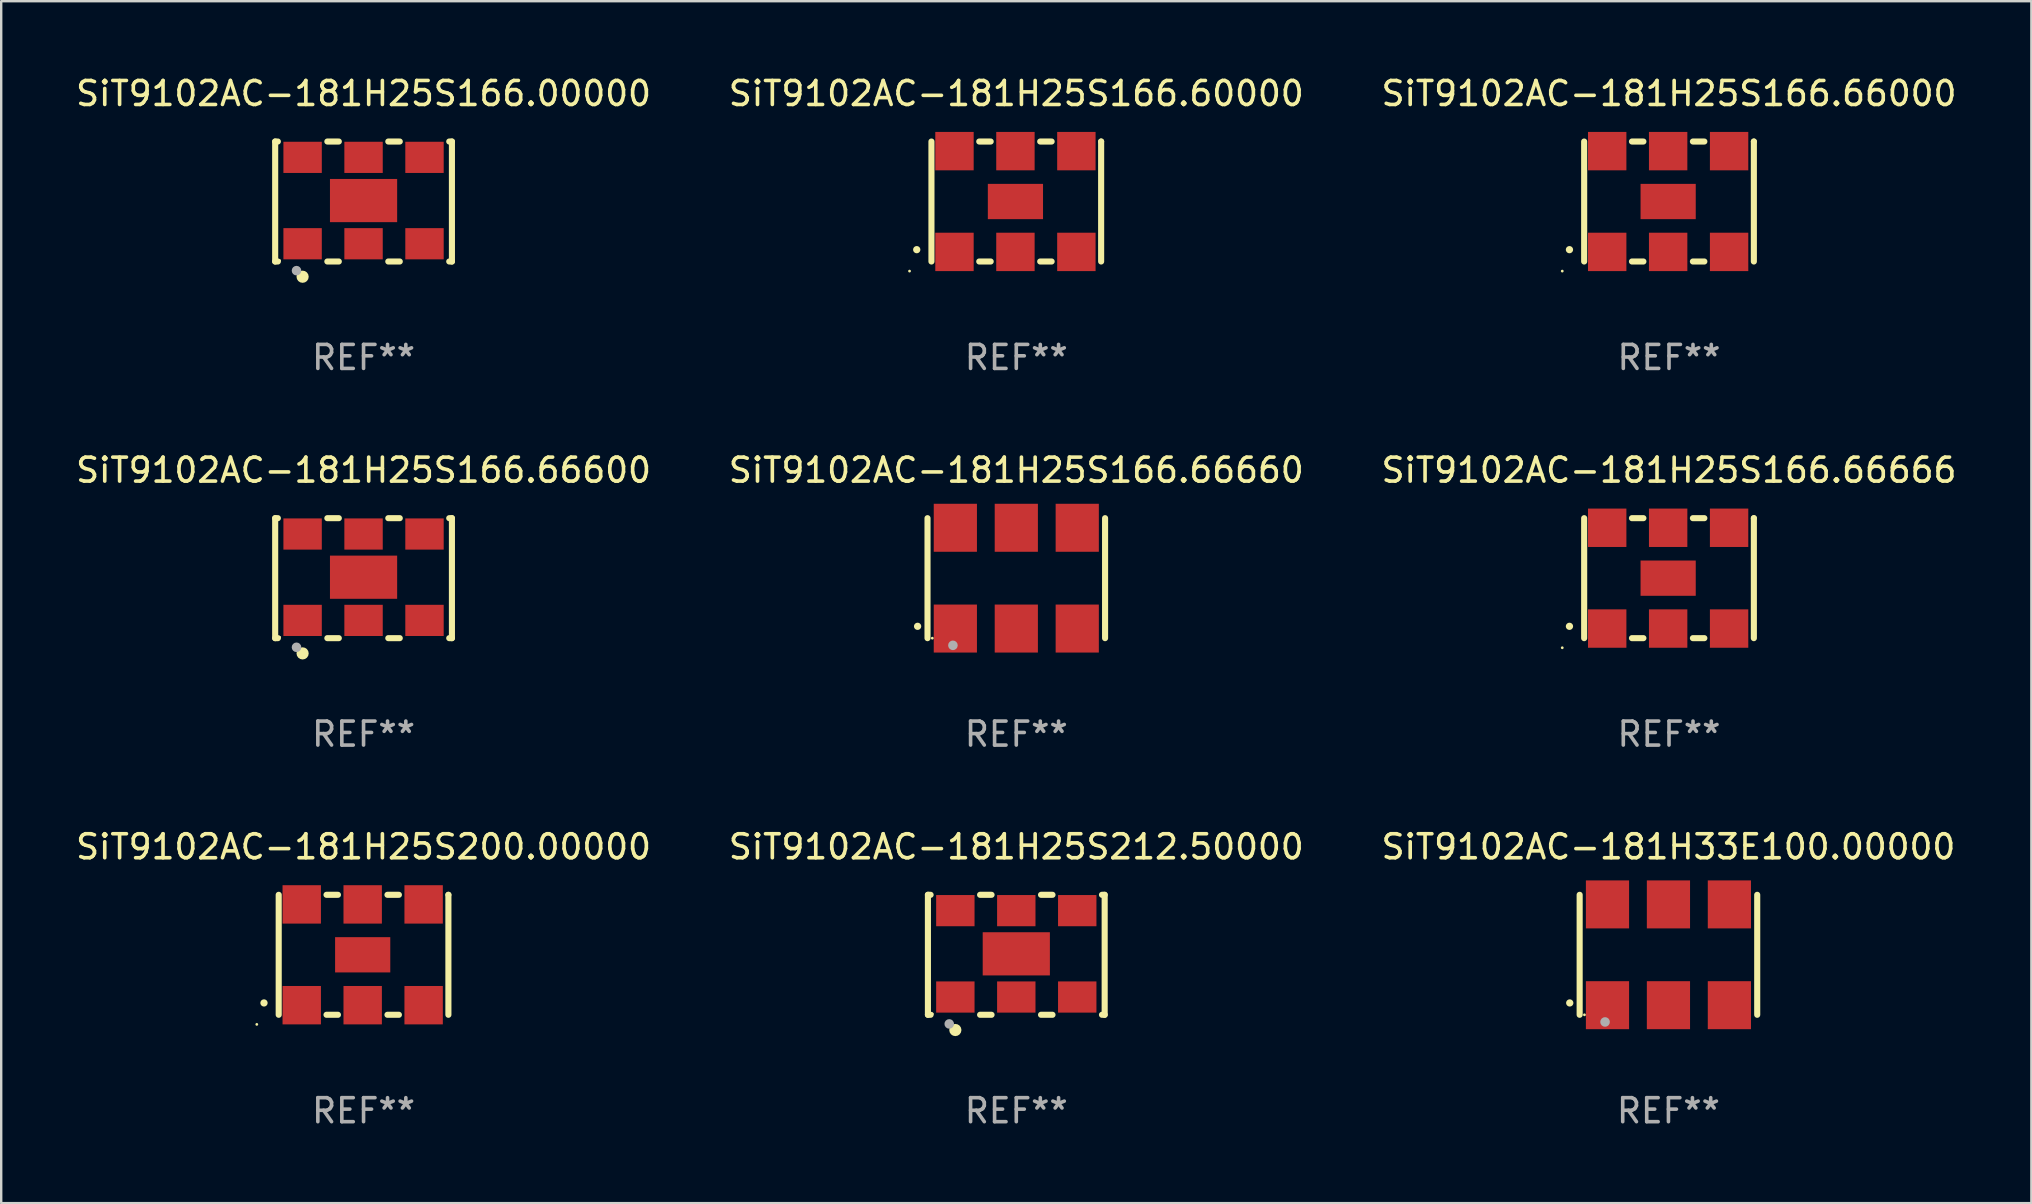
<source format=kicad_pcb>
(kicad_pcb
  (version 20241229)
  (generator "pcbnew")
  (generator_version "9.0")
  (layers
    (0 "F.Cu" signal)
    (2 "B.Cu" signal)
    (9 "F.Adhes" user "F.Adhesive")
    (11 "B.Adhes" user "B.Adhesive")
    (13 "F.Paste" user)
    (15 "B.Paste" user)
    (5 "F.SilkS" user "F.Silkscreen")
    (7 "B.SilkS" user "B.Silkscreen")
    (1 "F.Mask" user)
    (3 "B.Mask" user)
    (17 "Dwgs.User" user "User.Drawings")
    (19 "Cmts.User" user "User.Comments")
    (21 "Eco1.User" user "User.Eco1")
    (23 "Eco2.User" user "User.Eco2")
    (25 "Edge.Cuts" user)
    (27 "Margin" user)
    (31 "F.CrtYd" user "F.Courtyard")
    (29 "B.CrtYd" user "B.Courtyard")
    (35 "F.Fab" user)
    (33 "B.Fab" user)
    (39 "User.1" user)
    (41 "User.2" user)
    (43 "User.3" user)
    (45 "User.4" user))
  (footprint "SiT9102AC-181H25S166.00000"
    (layer "F.Cu")
    (at 12.101 5.348)
    (property "Reference" "SiT9102AC-181H25S166.00000" (at 0 -4.5 0) (layer "F.SilkS") (effects (font (size 1 1) (thickness 0.15))))
    (attr through_hole)
    (fp_line (start -3.683 -2.5) (end -3.571 -2.5) (stroke (width 0.254) (type solid)) (layer "F.SilkS"))
    (fp_line (start -3.683 2.5) (end -3.683 -2.5) (stroke (width 0.254) (type solid)) (layer "F.SilkS"))
    (fp_line (start -3.683 2.5) (end -3.571 2.5) (stroke (width 0.254) (type solid)) (layer "F.SilkS"))
    (fp_line (start -1.509 -2.5) (end -1.031 -2.5) (stroke (width 0.254) (type solid)) (layer "F.SilkS"))
    (fp_line (start -1.509 2.5) (end -1.031 2.5) (stroke (width 0.254) (type solid)) (layer "F.SilkS"))
    (fp_line (start 1.031 -2.5) (end 1.509 -2.5) (stroke (width 0.254) (type solid)) (layer "F.SilkS"))
    (fp_line (start 1.031 2.5) (end 1.509 2.5) (stroke (width 0.254) (type solid)) (layer "F.SilkS"))
    (fp_line (start 3.571 -2.5) (end 3.683 -2.5) (stroke (width 0.254) (type solid)) (layer "F.SilkS"))
    (fp_line (start 3.571 2.5) (end 3.683 2.5) (stroke (width 0.254) (type solid)) (layer "F.SilkS"))
    (fp_line (start 3.683 2.5) (end 3.683 -2.5) (stroke (width 0.254) (type solid)) (layer "F.SilkS"))
    (fp_circle (center -3.5 2.46) (end -3.47 2.46) (stroke (width 0.06) (type solid)) (fill no) (layer "F.SilkS"))
    (fp_circle (center -2.54 3.135) (end -2.413 3.135) (stroke (width 0.254) (type solid)) (fill no) (layer "F.SilkS"))
    (fp_circle (center -2.794 2.881) (end -2.694 2.881) (stroke (width 0.2) (type solid)) (fill no) (layer "F.Fab"))
    (fp_text user "REF**" (at 0 6.5 0) (layer "F.Fab") (effects (font (size 1 1) (thickness 0.15))))
    (pad "1" smd rect (at -2.54 1.76) (size 1.6 1.3) (layers "F.Cu" "F.Mask" "F.Paste"))
    (pad "2" smd rect (at 0 1.76) (size 1.6 1.3) (layers "F.Cu" "F.Mask" "F.Paste"))
    (pad "3" smd rect (at 2.54 1.76) (size 1.6 1.3) (layers "F.Cu" "F.Mask" "F.Paste"))
    (pad "4" smd rect (at 2.54 -1.84) (size 1.6 1.3) (layers "F.Cu" "F.Mask" "F.Paste"))
    (pad "5" smd rect (at 0 -1.84) (size 1.6 1.3) (layers "F.Cu" "F.Mask" "F.Paste"))
    (pad "6" smd rect (at -2.54 -1.84) (size 1.6 1.3) (layers "F.Cu" "F.Mask" "F.Paste"))
    (pad "7" smd rect (at 0 -0.04) (size 2.8 1.8) (layers "F.Cu" "F.Mask" "F.Paste")))
  (footprint "SiT9102AC-181H25S166.66600"
    (layer "F.Cu")
    (at 12.101 21.045)
    (property "Reference" "SiT9102AC-181H25S166.66600" (at 0 -4.5 0) (layer "F.SilkS") (effects (font (size 1 1) (thickness 0.15))))
    (attr through_hole)
    (fp_line (start -3.683 -2.5) (end -3.571 -2.5) (stroke (width 0.254) (type solid)) (layer "F.SilkS"))
    (fp_line (start -3.683 2.5) (end -3.683 -2.5) (stroke (width 0.254) (type solid)) (layer "F.SilkS"))
    (fp_line (start -3.683 2.5) (end -3.571 2.5) (stroke (width 0.254) (type solid)) (layer "F.SilkS"))
    (fp_line (start -1.509 -2.5) (end -1.031 -2.5) (stroke (width 0.254) (type solid)) (layer "F.SilkS"))
    (fp_line (start -1.509 2.5) (end -1.031 2.5) (stroke (width 0.254) (type solid)) (layer "F.SilkS"))
    (fp_line (start 1.031 -2.5) (end 1.509 -2.5) (stroke (width 0.254) (type solid)) (layer "F.SilkS"))
    (fp_line (start 1.031 2.5) (end 1.509 2.5) (stroke (width 0.254) (type solid)) (layer "F.SilkS"))
    (fp_line (start 3.571 -2.5) (end 3.683 -2.5) (stroke (width 0.254) (type solid)) (layer "F.SilkS"))
    (fp_line (start 3.571 2.5) (end 3.683 2.5) (stroke (width 0.254) (type solid)) (layer "F.SilkS"))
    (fp_line (start 3.683 2.5) (end 3.683 -2.5) (stroke (width 0.254) (type solid)) (layer "F.SilkS"))
    (fp_circle (center -3.5 2.46) (end -3.47 2.46) (stroke (width 0.06) (type solid)) (fill no) (layer "F.SilkS"))
    (fp_circle (center -2.54 3.135) (end -2.413 3.135) (stroke (width 0.254) (type solid)) (fill no) (layer "F.SilkS"))
    (fp_circle (center -2.794 2.881) (end -2.694 2.881) (stroke (width 0.2) (type solid)) (fill no) (layer "F.Fab"))
    (fp_text user "REF**" (at 0 6.5 0) (layer "F.Fab") (effects (font (size 1 1) (thickness 0.15))))
    (pad "1" smd rect (at -2.54 1.76) (size 1.6 1.3) (layers "F.Cu" "F.Mask" "F.Paste"))
    (pad "2" smd rect (at 0 1.76) (size 1.6 1.3) (layers "F.Cu" "F.Mask" "F.Paste"))
    (pad "3" smd rect (at 2.54 1.76) (size 1.6 1.3) (layers "F.Cu" "F.Mask" "F.Paste"))
    (pad "4" smd rect (at 2.54 -1.84) (size 1.6 1.3) (layers "F.Cu" "F.Mask" "F.Paste"))
    (pad "5" smd rect (at 0 -1.84) (size 1.6 1.3) (layers "F.Cu" "F.Mask" "F.Paste"))
    (pad "6" smd rect (at -2.54 -1.84) (size 1.6 1.3) (layers "F.Cu" "F.Mask" "F.Paste"))
    (pad "7" smd rect (at 0 -0.04) (size 2.8 1.8) (layers "F.Cu" "F.Mask" "F.Paste")))
  (footprint "SiT9102AC-181H25S166.60000"
    (layer "F.Cu")
    (at 39.304 5.348)
    (property "Reference" "SiT9102AC-181H25S166.60000" (at 0 -4.5 0) (layer "F.SilkS") (effects (font (size 1 1) (thickness 0.15))))
    (attr through_hole)
    (fp_line (start -3.536 -2.5) (end -3.536 2.5) (stroke (width 0.254) (type solid)) (layer "F.SilkS"))
    (fp_line (start -1.544 2.5) (end -1.067 2.5) (stroke (width 0.254) (type solid)) (layer "F.SilkS"))
    (fp_line (start -1.067 -2.5) (end -1.544 -2.5) (stroke (width 0.254) (type solid)) (layer "F.SilkS"))
    (fp_line (start 0.996 2.5) (end 1.473 2.5) (stroke (width 0.254) (type solid)) (layer "F.SilkS"))
    (fp_line (start 1.473 -2.5) (end 0.996 -2.5) (stroke (width 0.254) (type solid)) (layer "F.SilkS"))
    (fp_line (start 3.536 -2.5) (end 3.536 -2.5) (stroke (width 0.254) (type solid)) (layer "F.SilkS"))
    (fp_line (start 3.536 2.5) (end 3.536 -2.5) (stroke (width 0.254) (type solid)) (layer "F.SilkS"))
    (fp_arc (start -4.150432 2.006604) (mid -4.149162 2.006599) (end -4.147892 2.006604) (stroke (width 0.3) (type solid)) (layer "F.SilkS"))
    (fp_circle (center -4.449 2.9) (end -4.419 2.9) (stroke (width 0.06) (type solid)) (fill no) (layer "F.SilkS"))
    (fp_text user "REF**" (at 0 6.5 0) (layer "F.Fab") (effects (font (size 1 1) (thickness 0.15))))
    (pad "1" smd rect (at -2.576 2.1) (size 1.6 1.6) (layers "F.Cu" "F.Mask" "F.Paste"))
    (pad "2" smd rect (at -0.036 2.1) (size 1.6 1.6) (layers "F.Cu" "F.Mask" "F.Paste"))
    (pad "3" smd rect (at 2.504 2.1) (size 1.6 1.6) (layers "F.Cu" "F.Mask" "F.Paste"))
    (pad "4" smd rect (at 2.504 -2.1) (size 1.6 1.6) (layers "F.Cu" "F.Mask" "F.Paste"))
    (pad "5" smd rect (at -0.036 -2.1) (size 1.6 1.6) (layers "F.Cu" "F.Mask" "F.Paste"))
    (pad "6" smd rect (at -2.576 -2.1) (size 1.6 1.6) (layers "F.Cu" "F.Mask" "F.Paste"))
    (pad "7" smd rect (at -0.036 0) (size 2.3 1.47) (layers "F.Cu" "F.Mask" "F.Paste")))
  (footprint "SiT9102AC-181H25S166.66660"
    (layer "F.Cu")
    (at 39.304 21.045)
    (property "Reference" "SiT9102AC-181H25S166.66660" (at 0 -4.5 0) (layer "F.SilkS") (effects (font (size 1 1) (thickness 0.15))))
    (attr through_hole)
    (fp_line (start -3.7 -2.5) (end -3.7 2.5) (stroke (width 0.254) (type solid)) (layer "F.SilkS"))
    (fp_line (start 3.7 -2.5) (end 3.7 2.5) (stroke (width 0.254) (type solid)) (layer "F.SilkS"))
    (fp_arc (start -4.114415 2.006604) (mid -4.113145 2.006599) (end -4.111875 2.006604) (stroke (width 0.3) (type solid)) (layer "F.SilkS"))
    (fp_circle (center -3.5 2.501) (end -3.47 2.501) (stroke (width 0.06) (type solid)) (fill no) (layer "F.SilkS"))
    (fp_circle (center -2.641 2.799) (end -2.541 2.799) (stroke (width 0.2) (type solid)) (fill no) (layer "F.Fab"))
    (fp_text user "REF**" (at 0 6.5 0) (layer "F.Fab") (effects (font (size 1 1) (thickness 0.15))))
    (pad "1" smd rect (at -2.54 2.1) (size 1.8 2) (layers "F.Cu" "F.Mask" "F.Paste"))
    (pad "2" smd rect (at 0.000394 2.1) (size 1.8 2) (layers "F.Cu" "F.Mask" "F.Paste"))
    (pad "3" smd rect (at 2.54 2.1) (size 1.8 2) (layers "F.Cu" "F.Mask" "F.Paste"))
    (pad "4" smd rect (at 2.54 -2.1) (size 1.8 2) (layers "F.Cu" "F.Mask" "F.Paste"))
    (pad "5" smd rect (at 0.000394 -2.1) (size 1.8 2) (layers "F.Cu" "F.Mask" "F.Paste"))
    (pad "6" smd rect (at -2.54 -2.1) (size 1.8 2) (layers "F.Cu" "F.Mask" "F.Paste")))
  (footprint "SiT9102AC-181H25S200.00000"
    (layer "F.Cu")
    (at 12.101 36.741)
    (property "Reference" "SiT9102AC-181H25S200.00000" (at 0 -4.5 0) (layer "F.SilkS") (effects (font (size 1 1) (thickness 0.15))))
    (attr through_hole)
    (fp_line (start -3.536 -2.5) (end -3.536 2.5) (stroke (width 0.254) (type solid)) (layer "F.SilkS"))
    (fp_line (start -1.544 2.5) (end -1.067 2.5) (stroke (width 0.254) (type solid)) (layer "F.SilkS"))
    (fp_line (start -1.067 -2.5) (end -1.544 -2.5) (stroke (width 0.254) (type solid)) (layer "F.SilkS"))
    (fp_line (start 0.996 2.5) (end 1.473 2.5) (stroke (width 0.254) (type solid)) (layer "F.SilkS"))
    (fp_line (start 1.473 -2.5) (end 0.996 -2.5) (stroke (width 0.254) (type solid)) (layer "F.SilkS"))
    (fp_line (start 3.536 -2.5) (end 3.536 -2.5) (stroke (width 0.254) (type solid)) (layer "F.SilkS"))
    (fp_line (start 3.536 2.5) (end 3.536 -2.5) (stroke (width 0.254) (type solid)) (layer "F.SilkS"))
    (fp_arc (start -4.150432 2.006604) (mid -4.149162 2.006599) (end -4.147892 2.006604) (stroke (width 0.3) (type solid)) (layer "F.SilkS"))
    (fp_circle (center -4.449 2.9) (end -4.419 2.9) (stroke (width 0.06) (type solid)) (fill no) (layer "F.SilkS"))
    (fp_text user "REF**" (at 0 6.5 0) (layer "F.Fab") (effects (font (size 1 1) (thickness 0.15))))
    (pad "1" smd rect (at -2.576 2.1) (size 1.6 1.6) (layers "F.Cu" "F.Mask" "F.Paste"))
    (pad "2" smd rect (at -0.036 2.1) (size 1.6 1.6) (layers "F.Cu" "F.Mask" "F.Paste"))
    (pad "3" smd rect (at 2.504 2.1) (size 1.6 1.6) (layers "F.Cu" "F.Mask" "F.Paste"))
    (pad "4" smd rect (at 2.504 -2.1) (size 1.6 1.6) (layers "F.Cu" "F.Mask" "F.Paste"))
    (pad "5" smd rect (at -0.036 -2.1) (size 1.6 1.6) (layers "F.Cu" "F.Mask" "F.Paste"))
    (pad "6" smd rect (at -2.576 -2.1) (size 1.6 1.6) (layers "F.Cu" "F.Mask" "F.Paste"))
    (pad "7" smd rect (at -0.036 0) (size 2.3 1.47) (layers "F.Cu" "F.Mask" "F.Paste")))
  (footprint "SiT9102AC-181H33E100.00000"
    (layer "F.Cu")
    (at 66.482 36.741)
    (property "Reference" "SiT9102AC-181H33E100.00000" (at 0 -4.5 0) (layer "F.SilkS") (effects (font (size 1 1) (thickness 0.15))))
    (attr through_hole)
    (fp_line (start -3.7 -2.5) (end -3.7 2.5) (stroke (width 0.254) (type solid)) (layer "F.SilkS"))
    (fp_line (start 3.7 -2.5) (end 3.7 2.5) (stroke (width 0.254) (type solid)) (layer "F.SilkS"))
    (fp_arc (start -4.114415 2.006604) (mid -4.113145 2.006599) (end -4.111875 2.006604) (stroke (width 0.3) (type solid)) (layer "F.SilkS"))
    (fp_circle (center -3.5 2.501) (end -3.47 2.501) (stroke (width 0.06) (type solid)) (fill no) (layer "F.SilkS"))
    (fp_circle (center -2.641 2.799) (end -2.541 2.799) (stroke (width 0.2) (type solid)) (fill no) (layer "F.Fab"))
    (fp_text user "REF**" (at 0 6.5 0) (layer "F.Fab") (effects (font (size 1 1) (thickness 0.15))))
    (pad "1" smd rect (at -2.54 2.1) (size 1.8 2) (layers "F.Cu" "F.Mask" "F.Paste"))
    (pad "2" smd rect (at 0.000394 2.1) (size 1.8 2) (layers "F.Cu" "F.Mask" "F.Paste"))
    (pad "3" smd rect (at 2.54 2.1) (size 1.8 2) (layers "F.Cu" "F.Mask" "F.Paste"))
    (pad "4" smd rect (at 2.54 -2.1) (size 1.8 2) (layers "F.Cu" "F.Mask" "F.Paste"))
    (pad "5" smd rect (at 0.000394 -2.1) (size 1.8 2) (layers "F.Cu" "F.Mask" "F.Paste"))
    (pad "6" smd rect (at -2.54 -2.1) (size 1.8 2) (layers "F.Cu" "F.Mask" "F.Paste")))
  (footprint "SiT9102AC-181H25S166.66666"
    (layer "F.Cu")
    (at 66.506 21.045)
    (property "Reference" "SiT9102AC-181H25S166.66666" (at 0 -4.5 0) (layer "F.SilkS") (effects (font (size 1 1) (thickness 0.15))))
    (attr through_hole)
    (fp_line (start -3.536 -2.5) (end -3.536 2.5) (stroke (width 0.254) (type solid)) (layer "F.SilkS"))
    (fp_line (start -1.544 2.5) (end -1.067 2.5) (stroke (width 0.254) (type solid)) (layer "F.SilkS"))
    (fp_line (start -1.067 -2.5) (end -1.544 -2.5) (stroke (width 0.254) (type solid)) (layer "F.SilkS"))
    (fp_line (start 0.996 2.5) (end 1.473 2.5) (stroke (width 0.254) (type solid)) (layer "F.SilkS"))
    (fp_line (start 1.473 -2.5) (end 0.996 -2.5) (stroke (width 0.254) (type solid)) (layer "F.SilkS"))
    (fp_line (start 3.536 -2.5) (end 3.536 -2.5) (stroke (width 0.254) (type solid)) (layer "F.SilkS"))
    (fp_line (start 3.536 2.5) (end 3.536 -2.5) (stroke (width 0.254) (type solid)) (layer "F.SilkS"))
    (fp_arc (start -4.150432 2.006604) (mid -4.149162 2.006599) (end -4.147892 2.006604) (stroke (width 0.3) (type solid)) (layer "F.SilkS"))
    (fp_circle (center -4.449 2.9) (end -4.419 2.9) (stroke (width 0.06) (type solid)) (fill no) (layer "F.SilkS"))
    (fp_text user "REF**" (at 0 6.5 0) (layer "F.Fab") (effects (font (size 1 1) (thickness 0.15))))
    (pad "1" smd rect (at -2.576 2.1) (size 1.6 1.6) (layers "F.Cu" "F.Mask" "F.Paste"))
    (pad "2" smd rect (at -0.036 2.1) (size 1.6 1.6) (layers "F.Cu" "F.Mask" "F.Paste"))
    (pad "3" smd rect (at 2.504 2.1) (size 1.6 1.6) (layers "F.Cu" "F.Mask" "F.Paste"))
    (pad "4" smd rect (at 2.504 -2.1) (size 1.6 1.6) (layers "F.Cu" "F.Mask" "F.Paste"))
    (pad "5" smd rect (at -0.036 -2.1) (size 1.6 1.6) (layers "F.Cu" "F.Mask" "F.Paste"))
    (pad "6" smd rect (at -2.576 -2.1) (size 1.6 1.6) (layers "F.Cu" "F.Mask" "F.Paste"))
    (pad "7" smd rect (at -0.036 0) (size 2.3 1.47) (layers "F.Cu" "F.Mask" "F.Paste")))
  (footprint "SiT9102AC-181H25S212.50000"
    (layer "F.Cu")
    (at 39.304 36.741)
    (property "Reference" "SiT9102AC-181H25S212.50000" (at 0 -4.5 0) (layer "F.SilkS") (effects (font (size 1 1) (thickness 0.15))))
    (attr through_hole)
    (fp_line (start -3.683 -2.5) (end -3.571 -2.5) (stroke (width 0.254) (type solid)) (layer "F.SilkS"))
    (fp_line (start -3.683 2.5) (end -3.683 -2.5) (stroke (width 0.254) (type solid)) (layer "F.SilkS"))
    (fp_line (start -3.683 2.5) (end -3.571 2.5) (stroke (width 0.254) (type solid)) (layer "F.SilkS"))
    (fp_line (start -1.509 -2.5) (end -1.031 -2.5) (stroke (width 0.254) (type solid)) (layer "F.SilkS"))
    (fp_line (start -1.509 2.5) (end -1.031 2.5) (stroke (width 0.254) (type solid)) (layer "F.SilkS"))
    (fp_line (start 1.031 -2.5) (end 1.509 -2.5) (stroke (width 0.254) (type solid)) (layer "F.SilkS"))
    (fp_line (start 1.031 2.5) (end 1.509 2.5) (stroke (width 0.254) (type solid)) (layer "F.SilkS"))
    (fp_line (start 3.571 -2.5) (end 3.683 -2.5) (stroke (width 0.254) (type solid)) (layer "F.SilkS"))
    (fp_line (start 3.571 2.5) (end 3.683 2.5) (stroke (width 0.254) (type solid)) (layer "F.SilkS"))
    (fp_line (start 3.683 2.5) (end 3.683 -2.5) (stroke (width 0.254) (type solid)) (layer "F.SilkS"))
    (fp_circle (center -3.5 2.46) (end -3.47 2.46) (stroke (width 0.06) (type solid)) (fill no) (layer "F.SilkS"))
    (fp_circle (center -2.54 3.135) (end -2.413 3.135) (stroke (width 0.254) (type solid)) (fill no) (layer "F.SilkS"))
    (fp_circle (center -2.794 2.881) (end -2.694 2.881) (stroke (width 0.2) (type solid)) (fill no) (layer "F.Fab"))
    (fp_text user "REF**" (at 0 6.5 0) (layer "F.Fab") (effects (font (size 1 1) (thickness 0.15))))
    (pad "1" smd rect (at -2.54 1.76) (size 1.6 1.3) (layers "F.Cu" "F.Mask" "F.Paste"))
    (pad "2" smd rect (at 0 1.76) (size 1.6 1.3) (layers "F.Cu" "F.Mask" "F.Paste"))
    (pad "3" smd rect (at 2.54 1.76) (size 1.6 1.3) (layers "F.Cu" "F.Mask" "F.Paste"))
    (pad "4" smd rect (at 2.54 -1.84) (size 1.6 1.3) (layers "F.Cu" "F.Mask" "F.Paste"))
    (pad "5" smd rect (at 0 -1.84) (size 1.6 1.3) (layers "F.Cu" "F.Mask" "F.Paste"))
    (pad "6" smd rect (at -2.54 -1.84) (size 1.6 1.3) (layers "F.Cu" "F.Mask" "F.Paste"))
    (pad "7" smd rect (at 0 -0.04) (size 2.8 1.8) (layers "F.Cu" "F.Mask" "F.Paste")))
  (footprint "SiT9102AC-181H25S166.66000"
    (layer "F.Cu")
    (at 66.506 5.348)
    (property "Reference" "SiT9102AC-181H25S166.66000" (at 0 -4.5 0) (layer "F.SilkS") (effects (font (size 1 1) (thickness 0.15))))
    (attr through_hole)
    (fp_line (start -3.536 -2.5) (end -3.536 2.5) (stroke (width 0.254) (type solid)) (layer "F.SilkS"))
    (fp_line (start -1.544 2.5) (end -1.067 2.5) (stroke (width 0.254) (type solid)) (layer "F.SilkS"))
    (fp_line (start -1.067 -2.5) (end -1.544 -2.5) (stroke (width 0.254) (type solid)) (layer "F.SilkS"))
    (fp_line (start 0.996 2.5) (end 1.473 2.5) (stroke (width 0.254) (type solid)) (layer "F.SilkS"))
    (fp_line (start 1.473 -2.5) (end 0.996 -2.5) (stroke (width 0.254) (type solid)) (layer "F.SilkS"))
    (fp_line (start 3.536 -2.5) (end 3.536 -2.5) (stroke (width 0.254) (type solid)) (layer "F.SilkS"))
    (fp_line (start 3.536 2.5) (end 3.536 -2.5) (stroke (width 0.254) (type solid)) (layer "F.SilkS"))
    (fp_arc (start -4.150432 2.006604) (mid -4.149162 2.006599) (end -4.147892 2.006604) (stroke (width 0.3) (type solid)) (layer "F.SilkS"))
    (fp_circle (center -4.449 2.9) (end -4.419 2.9) (stroke (width 0.06) (type solid)) (fill no) (layer "F.SilkS"))
    (fp_text user "REF**" (at 0 6.5 0) (layer "F.Fab") (effects (font (size 1 1) (thickness 0.15))))
    (pad "1" smd rect (at -2.576 2.1) (size 1.6 1.6) (layers "F.Cu" "F.Mask" "F.Paste"))
    (pad "2" smd rect (at -0.036 2.1) (size 1.6 1.6) (layers "F.Cu" "F.Mask" "F.Paste"))
    (pad "3" smd rect (at 2.504 2.1) (size 1.6 1.6) (layers "F.Cu" "F.Mask" "F.Paste"))
    (pad "4" smd rect (at 2.504 -2.1) (size 1.6 1.6) (layers "F.Cu" "F.Mask" "F.Paste"))
    (pad "5" smd rect (at -0.036 -2.1) (size 1.6 1.6) (layers "F.Cu" "F.Mask" "F.Paste"))
    (pad "6" smd rect (at -2.576 -2.1) (size 1.6 1.6) (layers "F.Cu" "F.Mask" "F.Paste"))
    (pad "7" smd rect (at -0.036 0) (size 2.3 1.47) (layers "F.Cu" "F.Mask" "F.Paste")))
  (gr_rect
    (start -3 -3)
    (end 81.607 47.09)
    (stroke (width 0.1) (type default))
    (fill no)
    (layer "Edge.Cuts")))
</source>
